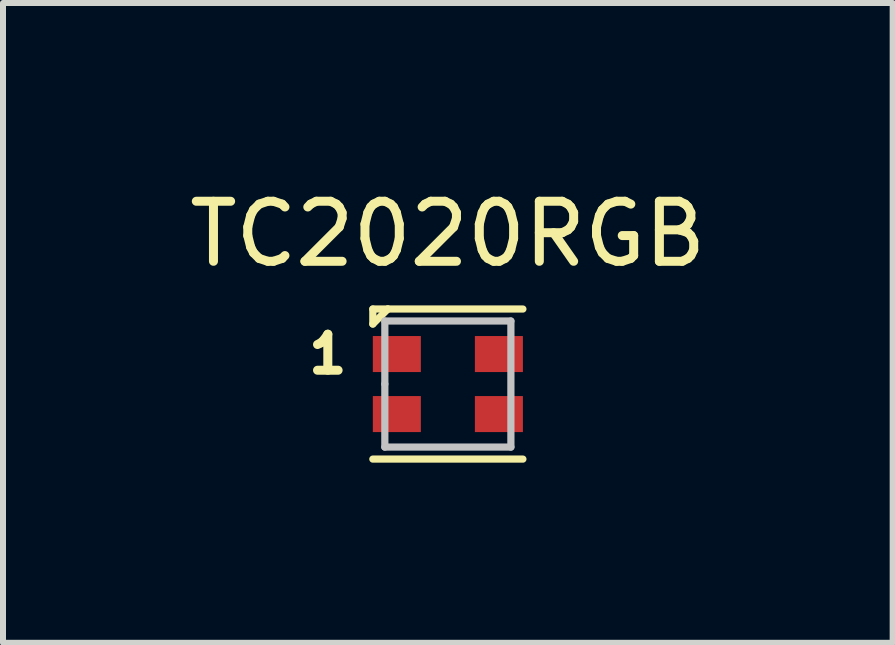
<source format=kicad_pcb>
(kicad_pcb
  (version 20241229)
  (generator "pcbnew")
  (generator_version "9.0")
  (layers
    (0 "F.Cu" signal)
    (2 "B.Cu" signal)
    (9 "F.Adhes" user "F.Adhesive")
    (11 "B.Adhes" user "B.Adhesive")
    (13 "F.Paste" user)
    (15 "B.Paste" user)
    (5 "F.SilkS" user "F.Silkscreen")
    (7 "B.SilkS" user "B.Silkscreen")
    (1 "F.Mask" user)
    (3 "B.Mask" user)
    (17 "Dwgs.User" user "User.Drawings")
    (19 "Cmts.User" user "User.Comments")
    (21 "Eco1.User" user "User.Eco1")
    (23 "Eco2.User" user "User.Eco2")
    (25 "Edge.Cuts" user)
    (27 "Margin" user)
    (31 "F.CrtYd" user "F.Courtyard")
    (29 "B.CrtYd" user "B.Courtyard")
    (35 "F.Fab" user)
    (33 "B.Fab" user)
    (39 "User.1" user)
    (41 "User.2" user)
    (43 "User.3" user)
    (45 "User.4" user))
  (footprint "TC2020RGB"
    (layer "F.Cu")
    (at 4.411 3.348)
    (property "Reference" "TC2020RGB" (at 0 -2.5 0) (layer "F.SilkS") (effects (font (size 1 1) (thickness 0.15))))
    (attr through_hole)
    (fp_line (start -1.25 -1.25) (end -1 -1.25) (stroke (width 0.12) (type solid)) (layer "F.SilkS"))
    (fp_line (start -1.25 -1) (end -1.25 -1.25) (stroke (width 0.12) (type solid)) (layer "F.SilkS"))
    (fp_line (start -1.25 1.25) (end 1.25 1.25) (stroke (width 0.12) (type solid)) (layer "F.SilkS"))
    (fp_line (start -1 -1.25) (end -1.25 -1) (stroke (width 0.12) (type solid)) (layer "F.SilkS"))
    (fp_line (start -1 -1.25) (end 1.25 -1.25) (stroke (width 0.12) (type solid)) (layer "F.SilkS"))
    (fp_line (start -1.05 -1.05) (end 1.05 -1.05) (stroke (width 0.12) (type solid)) (layer "Dwgs.User"))
    (fp_line (start -1.05 0) (end -1.05 -1.05) (stroke (width 0.12) (type solid)) (layer "Dwgs.User"))
    (fp_line (start -1.05 1.05) (end -1.05 0) (stroke (width 0.12) (type solid)) (layer "Dwgs.User"))
    (fp_line (start 1.05 -1.05) (end 1.05 1.05) (stroke (width 0.12) (type solid)) (layer "Dwgs.User"))
    (fp_line (start 1.05 1.05) (end -1.05 1.05) (stroke (width 0.12) (type solid)) (layer "Dwgs.User"))
    (fp_text user "1" (at -2 -0.5 0) (layer "F.SilkS") (effects (font (size 0.6 0.6) (thickness 0.15))))
    (pad "1" smd rect (at -0.85 -0.5) (size 0.8 0.6) (layers "F.Cu" "F.Mask" "F.Paste"))
    (pad "2" smd rect (at -0.85 0.5) (size 0.8 0.6) (layers "F.Cu" "F.Mask" "F.Paste"))
    (pad "3" smd rect (at 0.85 0.5) (size 0.8 0.6) (layers "F.Cu" "F.Mask" "F.Paste"))
    (pad "4" smd rect (at 0.85 -0.5) (size 0.8 0.6) (layers "F.Cu" "F.Mask" "F.Paste")))
  (gr_rect
    (start -3 -3)
    (end 11.821 7.658)
    (stroke (width 0.1) (type default))
    (fill no)
    (layer "Edge.Cuts")))
</source>
